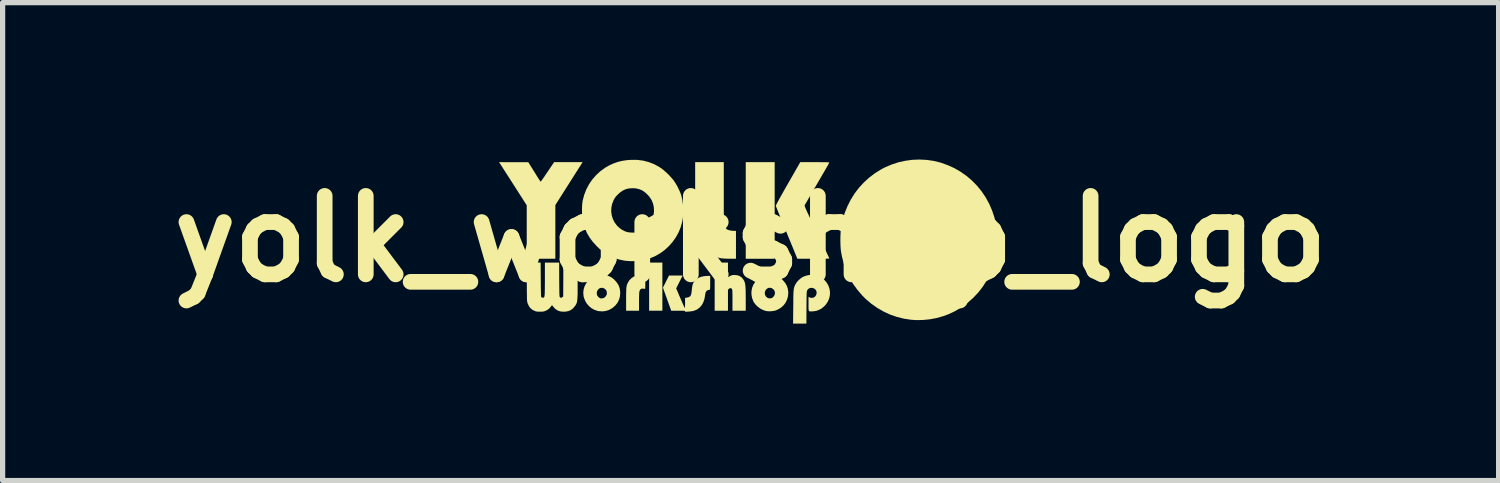
<source format=kicad_pcb>
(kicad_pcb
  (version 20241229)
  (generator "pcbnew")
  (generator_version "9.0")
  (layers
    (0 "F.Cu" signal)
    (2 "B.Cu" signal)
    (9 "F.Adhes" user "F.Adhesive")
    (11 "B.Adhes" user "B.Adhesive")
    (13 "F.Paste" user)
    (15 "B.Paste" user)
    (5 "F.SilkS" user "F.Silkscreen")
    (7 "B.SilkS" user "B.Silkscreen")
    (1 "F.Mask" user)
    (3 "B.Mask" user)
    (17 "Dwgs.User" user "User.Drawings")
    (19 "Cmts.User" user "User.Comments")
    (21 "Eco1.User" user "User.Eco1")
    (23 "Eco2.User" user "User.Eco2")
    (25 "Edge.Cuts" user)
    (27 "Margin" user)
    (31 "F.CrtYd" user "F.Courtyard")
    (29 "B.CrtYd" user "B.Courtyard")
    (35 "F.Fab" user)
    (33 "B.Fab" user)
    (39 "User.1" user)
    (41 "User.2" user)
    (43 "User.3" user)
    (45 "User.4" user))
  (footprint "yolk_workshop_logo"
    (layer "F.Cu")
    (at 11.3 1.517)
    (property "Reference" "yolk_workshop_logo" (at 0 0 0) (layer "F.SilkS") (effects (font (size 1.5 1.5) (thickness 0.3))))
    (attr board_only exclude_from_pos_files exclude_from_bom)
    (fp_poly (pts (xy -1.687 0.913) (xy -1.687 1.373) (xy -1.813 1.373) (xy -1.94 1.373) (xy -1.94 0.913) (xy -1.94 0.453) (xy -1.813 0.453) (xy -1.687 0.453)) (stroke (width 0) (type solid)) (fill yes) (layer "F.SilkS"))
    (fp_poly (pts (xy 0.46 -0.543) (xy 0.46 0.38) (xy 0.183 0.38) (xy -0.093 0.38) (xy -0.093 -0.543) (xy -0.093 -1.467) (xy 0.183 -1.467) (xy 0.46 -1.467)) (stroke (width 0) (type solid)) (fill yes) (layer "F.SilkS"))
    (fp_poly (pts (xy -2.066 0.688) (xy -2.044 0.69) (xy -2.013 0.694) (xy -2.013 0.828) (xy -2.013 0.873) (xy -2.014 0.907) (xy -2.014 0.93) (xy -2.016 0.945) (xy -2.018 0.954) (xy -2.02 0.957) (xy -2.024 0.956) (xy -2.025 0.956) (xy -2.039 0.952) (xy -2.059 0.951) (xy -2.066 0.95) (xy -2.091 0.954) (xy -2.109 0.967) (xy -2.122 0.991) (xy -2.126 1.006) (xy -2.128 1.019) (xy -2.13 1.044) (xy -2.131 1.078) (xy -2.133 1.119) (xy -2.133 1.166) (xy -2.133 1.202) (xy -2.133 1.373) (xy -2.257 1.373) (xy -2.38 1.373) (xy -2.38 1.155) (xy -2.38 1.09) (xy -2.379 1.036) (xy -2.378 0.992) (xy -2.377 0.957) (xy -2.374 0.928) (xy -2.371 0.905) (xy -2.366 0.885) (xy -2.36 0.867) (xy -2.353 0.849) (xy -2.347 0.837) (xy -2.317 0.79) (xy -2.277 0.75) (xy -2.23 0.719) (xy -2.177 0.698) (xy -2.125 0.689) (xy -2.096 0.687)) (stroke (width 0) (type solid)) (fill yes) (layer "F.SilkS"))
    (fp_poly (pts (xy -0.433 0.593) (xy -0.433 0.732) (xy -0.395 0.711) (xy -0.373 0.7) (xy -0.355 0.694) (xy -0.335 0.691) (xy -0.307 0.69) (xy -0.303 0.69) (xy -0.251 0.696) (xy -0.206 0.712) (xy -0.168 0.74) (xy -0.137 0.779) (xy -0.123 0.803) (xy -0.116 0.82) (xy -0.11 0.839) (xy -0.105 0.861) (xy -0.101 0.886) (xy -0.098 0.918) (xy -0.096 0.956) (xy -0.094 1.004) (xy -0.094 1.061) (xy -0.093 1.13) (xy -0.093 1.148) (xy -0.093 1.373) (xy -0.22 1.373) (xy -0.347 1.373) (xy -0.347 1.171) (xy -0.347 1.111) (xy -0.347 1.063) (xy -0.348 1.026) (xy -0.349 0.998) (xy -0.351 0.977) (xy -0.355 0.963) (xy -0.359 0.954) (xy -0.366 0.948) (xy -0.373 0.945) (xy -0.381 0.943) (xy -0.397 0.943) (xy -0.412 0.951) (xy -0.416 0.956) (xy -0.433 0.973) (xy -0.433 1.173) (xy -0.433 1.373) (xy -0.56 1.373) (xy -0.687 1.373) (xy -0.687 0.913) (xy -0.687 0.453) (xy -0.56 0.453) (xy -0.433 0.453)) (stroke (width 0) (type solid)) (fill yes) (layer "F.SilkS"))
    (fp_poly (pts (xy -3.222 -1.452) (xy -3.227 -1.444) (xy -3.238 -1.425) (xy -3.256 -1.398) (xy -3.279 -1.362) (xy -3.307 -1.318) (xy -3.339 -1.268) (xy -3.374 -1.212) (xy -3.412 -1.152) (xy -3.453 -1.088) (xy -3.482 -1.042) (xy -3.733 -0.647) (xy -3.733 -0.133) (xy -3.733 0.38) (xy -4.007 0.38) (xy -4.28 0.38) (xy -4.28 -0.131) (xy -4.28 -0.642) (xy -4.534 -1.039) (xy -4.577 -1.106) (xy -4.617 -1.169) (xy -4.655 -1.228) (xy -4.69 -1.282) (xy -4.721 -1.33) (xy -4.747 -1.372) (xy -4.769 -1.406) (xy -4.785 -1.431) (xy -4.795 -1.447) (xy -4.798 -1.452) (xy -4.808 -1.467) (xy -4.529 -1.466) (xy -4.25 -1.466) (xy -4.134 -1.28) (xy -4.106 -1.235) (xy -4.081 -1.194) (xy -4.058 -1.158) (xy -4.039 -1.129) (xy -4.025 -1.108) (xy -4.016 -1.096) (xy -4.014 -1.093) (xy -4.009 -1.099) (xy -3.998 -1.114) (xy -3.981 -1.137) (xy -3.959 -1.168) (xy -3.934 -1.205) (xy -3.906 -1.247) (xy -3.883 -1.28) (xy -3.757 -1.467) (xy -3.485 -1.467) (xy -3.212 -1.467)) (stroke (width 0) (type solid)) (fill yes) (layer "F.SilkS"))
    (fp_poly (pts (xy -0.513 -0.896) (xy -0.513 -0.778) (xy -0.513 -0.672) (xy -0.513 -0.578) (xy -0.512 -0.497) (xy -0.511 -0.429) (xy -0.51 -0.373) (xy -0.509 -0.33) (xy -0.508 -0.301) (xy -0.506 -0.284) (xy -0.506 -0.284) (xy -0.494 -0.239) (xy -0.476 -0.205) (xy -0.452 -0.182) (xy -0.446 -0.179) (xy -0.415 -0.167) (xy -0.375 -0.158) (xy -0.332 -0.154) (xy -0.316 -0.153) (xy -0.28 -0.153) (xy -0.28 0.113) (xy -0.28 0.38) (xy -0.398 0.379) (xy -0.441 0.379) (xy -0.484 0.377) (xy -0.522 0.375) (xy -0.553 0.372) (xy -0.568 0.37) (xy -0.655 0.35) (xy -0.734 0.319) (xy -0.806 0.278) (xy -0.871 0.226) (xy -0.881 0.216) (xy -0.935 0.156) (xy -0.978 0.088) (xy -1.013 0.012) (xy -1.038 -0.073) (xy -1.053 -0.155) (xy -1.054 -0.173) (xy -1.055 -0.203) (xy -1.057 -0.246) (xy -1.058 -0.302) (xy -1.058 -0.37) (xy -1.059 -0.45) (xy -1.059 -0.542) (xy -1.06 -0.646) (xy -1.06 -0.761) (xy -1.06 -0.837) (xy -1.06 -1.467) (xy -0.787 -1.467) (xy -0.513 -1.467)) (stroke (width 0) (type solid)) (fill yes) (layer "F.SilkS"))
    (fp_poly (pts (xy 0.413 0.689) (xy 0.476 0.701) (xy 0.533 0.725) (xy 0.587 0.762) (xy 0.616 0.789) (xy 0.66 0.841) (xy 0.692 0.895) (xy 0.711 0.953) (xy 0.72 1.017) (xy 0.72 1.034) (xy 0.714 1.101) (xy 0.695 1.165) (xy 0.666 1.223) (xy 0.626 1.275) (xy 0.576 1.318) (xy 0.518 1.352) (xy 0.481 1.368) (xy 0.442 1.377) (xy 0.395 1.383) (xy 0.346 1.384) (xy 0.302 1.38) (xy 0.289 1.377) (xy 0.236 1.359) (xy 0.184 1.332) (xy 0.136 1.296) (xy 0.094 1.255) (xy 0.061 1.211) (xy 0.051 1.191) (xy 0.027 1.126) (xy 0.016 1.061) (xy 0.016 1.025) (xy 0.271 1.025) (xy 0.273 1.059) (xy 0.287 1.093) (xy 0.294 1.103) (xy 0.319 1.124) (xy 0.348 1.136) (xy 0.38 1.137) (xy 0.41 1.128) (xy 0.419 1.122) (xy 0.446 1.095) (xy 0.461 1.063) (xy 0.466 1.029) (xy 0.458 0.996) (xy 0.452 0.984) (xy 0.431 0.959) (xy 0.403 0.942) (xy 0.373 0.934) (xy 0.344 0.936) (xy 0.331 0.941) (xy 0.3 0.963) (xy 0.28 0.992) (xy 0.271 1.025) (xy 0.016 1.025) (xy 0.017 0.995) (xy 0.03 0.932) (xy 0.055 0.873) (xy 0.091 0.818) (xy 0.114 0.792) (xy 0.165 0.749) (xy 0.22 0.718) (xy 0.281 0.698) (xy 0.345 0.689)) (stroke (width 0) (type solid)) (fill yes) (layer "F.SilkS"))
    (fp_poly (pts (xy -2.781 0.692) (xy -2.718 0.708) (xy -2.687 0.722) (xy -2.649 0.744) (xy -2.611 0.775) (xy -2.597 0.789) (xy -2.554 0.839) (xy -2.523 0.889) (xy -2.504 0.942) (xy -2.495 1.001) (xy -2.493 1.036) (xy -2.499 1.104) (xy -2.516 1.164) (xy -2.544 1.22) (xy -2.585 1.272) (xy -2.594 1.281) (xy -2.647 1.325) (xy -2.706 1.358) (xy -2.769 1.378) (xy -2.835 1.386) (xy -2.904 1.381) (xy -2.924 1.377) (xy -2.985 1.357) (xy -3.041 1.326) (xy -3.09 1.285) (xy -3.133 1.236) (xy -3.165 1.18) (xy -3.188 1.119) (xy -3.194 1.091) (xy -3.199 1.028) (xy -2.941 1.028) (xy -2.94 1.058) (xy -2.93 1.087) (xy -2.91 1.112) (xy -2.902 1.119) (xy -2.886 1.129) (xy -2.874 1.135) (xy -2.873 1.136) (xy -2.855 1.138) (xy -2.83 1.136) (xy -2.807 1.129) (xy -2.794 1.122) (xy -2.769 1.097) (xy -2.752 1.067) (xy -2.747 1.038) (xy -2.753 1.001) (xy -2.769 0.971) (xy -2.795 0.949) (xy -2.829 0.936) (xy -2.839 0.935) (xy -2.871 0.938) (xy -2.898 0.951) (xy -2.919 0.972) (xy -2.934 0.998) (xy -2.941 1.028) (xy -3.199 1.028) (xy -3.199 1.026) (xy -3.192 0.964) (xy -3.174 0.906) (xy -3.146 0.853) (xy -3.11 0.806) (xy -3.067 0.766) (xy -3.018 0.733) (xy -2.963 0.708) (xy -2.905 0.692) (xy -2.844 0.686)) (stroke (width 0) (type solid)) (fill yes) (layer "F.SilkS"))
    (fp_poly (pts (xy -1.361 0.823) (xy -1.423 0.946) (xy -1.344 1.131) (xy -1.324 1.178) (xy -1.305 1.221) (xy -1.289 1.258) (xy -1.275 1.288) (xy -1.265 1.31) (xy -1.26 1.322) (xy -1.259 1.323) (xy -1.257 1.319) (xy -1.255 1.304) (xy -1.254 1.279) (xy -1.253 1.248) (xy -1.253 1.229) (xy -1.253 1.128) (xy -1.223 1.124) (xy -1.185 1.115) (xy -1.157 1.098) (xy -1.143 1.079) (xy -1.138 1.064) (xy -1.132 1.039) (xy -1.128 1.009) (xy -1.126 0.991) (xy -1.12 0.937) (xy -1.113 0.893) (xy -1.103 0.858) (xy -1.09 0.83) (xy -1.073 0.805) (xy -1.051 0.782) (xy -1.043 0.774) (xy -1.002 0.747) (xy -0.951 0.726) (xy -0.89 0.713) (xy -0.821 0.707) (xy -0.808 0.707) (xy -0.773 0.707) (xy -0.773 0.84) (xy -0.773 0.885) (xy -0.774 0.919) (xy -0.774 0.943) (xy -0.776 0.958) (xy -0.777 0.967) (xy -0.78 0.972) (xy -0.784 0.973) (xy -0.787 0.973) (xy -0.802 0.976) (xy -0.821 0.982) (xy -0.824 0.983) (xy -0.842 0.994) (xy -0.855 1.013) (xy -0.864 1.04) (xy -0.87 1.077) (xy -0.883 1.15) (xy -0.905 1.214) (xy -0.936 1.269) (xy -0.975 1.313) (xy -1.021 1.348) (xy -1.075 1.371) (xy -1.103 1.379) (xy -1.126 1.383) (xy -1.156 1.387) (xy -1.188 1.39) (xy -1.195 1.39) (xy -1.223 1.392) (xy -1.241 1.393) (xy -1.25 1.391) (xy -1.253 1.387) (xy -1.253 1.384) (xy -1.255 1.381) (xy -1.259 1.378) (xy -1.269 1.376) (xy -1.286 1.374) (xy -1.311 1.374) (xy -1.347 1.373) (xy -1.386 1.373) (xy -1.518 1.373) (xy -1.597 1.153) (xy -1.676 0.932) (xy -1.618 0.816) (xy -1.56 0.7) (xy -1.43 0.7) (xy -1.3 0.7)) (stroke (width 0) (type solid)) (fill yes) (layer "F.SilkS"))
    (fp_poly (pts (xy 1.252 0.698) (xy 1.313 0.719) (xy 1.359 0.744) (xy 1.412 0.786) (xy 1.454 0.836) (xy 1.486 0.891) (xy 1.507 0.949) (xy 1.517 1.01) (xy 1.516 1.072) (xy 1.503 1.134) (xy 1.479 1.193) (xy 1.443 1.249) (xy 1.422 1.274) (xy 1.37 1.321) (xy 1.313 1.355) (xy 1.253 1.377) (xy 1.187 1.386) (xy 1.172 1.386) (xy 1.151 1.387) (xy 1.134 1.386) (xy 1.123 1.383) (xy 1.115 1.376) (xy 1.11 1.364) (xy 1.108 1.344) (xy 1.107 1.315) (xy 1.107 1.276) (xy 1.107 1.242) (xy 1.107 1.106) (xy 1.124 1.118) (xy 1.143 1.125) (xy 1.167 1.128) (xy 1.17 1.128) (xy 1.204 1.122) (xy 1.231 1.104) (xy 1.251 1.078) (xy 1.261 1.045) (xy 1.262 1.028) (xy 1.257 0.996) (xy 1.241 0.97) (xy 1.219 0.951) (xy 1.191 0.939) (xy 1.162 0.935) (xy 1.132 0.94) (xy 1.106 0.954) (xy 1.084 0.978) (xy 1.084 0.98) (xy 1.08 0.986) (xy 1.078 0.993) (xy 1.076 1.001) (xy 1.074 1.013) (xy 1.072 1.03) (xy 1.071 1.052) (xy 1.07 1.081) (xy 1.07 1.118) (xy 1.069 1.164) (xy 1.069 1.221) (xy 1.068 1.29) (xy 1.068 1.312) (xy 1.066 1.62) (xy 0.939 1.62) (xy 0.812 1.62) (xy 0.815 1.298) (xy 0.816 1.221) (xy 0.816 1.156) (xy 0.817 1.102) (xy 0.818 1.057) (xy 0.82 1.02) (xy 0.822 0.989) (xy 0.825 0.965) (xy 0.828 0.944) (xy 0.833 0.926) (xy 0.838 0.91) (xy 0.845 0.894) (xy 0.853 0.877) (xy 0.857 0.868) (xy 0.879 0.833) (xy 0.909 0.798) (xy 0.945 0.765) (xy 0.982 0.737) (xy 0.997 0.728) (xy 1.058 0.704) (xy 1.122 0.69) (xy 1.188 0.688)) (stroke (width 0) (type solid)) (fill yes) (layer "F.SilkS"))
    (fp_poly (pts (xy 3.365 -1.51) (xy 3.499 -1.491) (xy 3.629 -1.459) (xy 3.636 -1.457) (xy 3.77 -1.409) (xy 3.898 -1.351) (xy 4.018 -1.281) (xy 4.13 -1.202) (xy 4.234 -1.113) (xy 4.33 -1.015) (xy 4.416 -0.909) (xy 4.493 -0.795) (xy 4.56 -0.673) (xy 4.616 -0.545) (xy 4.661 -0.41) (xy 4.695 -0.27) (xy 4.705 -0.213) (xy 4.71 -0.168) (xy 4.714 -0.113) (xy 4.716 -0.051) (xy 4.717 0.014) (xy 4.717 0.079) (xy 4.714 0.141) (xy 4.711 0.196) (xy 4.706 0.243) (xy 4.704 0.25) (xy 4.674 0.396) (xy 4.633 0.535) (xy 4.58 0.668) (xy 4.515 0.793) (xy 4.44 0.912) (xy 4.353 1.024) (xy 4.255 1.128) (xy 4.247 1.135) (xy 4.14 1.229) (xy 4.027 1.311) (xy 3.909 1.381) (xy 3.784 1.44) (xy 3.687 1.476) (xy 3.556 1.513) (xy 3.422 1.538) (xy 3.286 1.551) (xy 3.151 1.552) (xy 3.067 1.546) (xy 2.93 1.525) (xy 2.797 1.492) (xy 2.667 1.447) (xy 2.542 1.389) (xy 2.422 1.32) (xy 2.308 1.24) (xy 2.202 1.15) (xy 2.135 1.083) (xy 2.042 0.975) (xy 1.959 0.86) (xy 1.888 0.737) (xy 1.829 0.608) (xy 1.781 0.474) (xy 1.745 0.333) (xy 1.729 0.247) (xy 1.723 0.2) (xy 1.719 0.143) (xy 1.717 0.08) (xy 1.716 0.013) (xy 1.717 -0.053) (xy 1.72 -0.116) (xy 1.724 -0.171) (xy 1.729 -0.213) (xy 1.758 -0.355) (xy 1.798 -0.493) (xy 1.851 -0.624) (xy 1.914 -0.749) (xy 1.987 -0.867) (xy 2.071 -0.977) (xy 2.165 -1.079) (xy 2.268 -1.173) (xy 2.379 -1.257) (xy 2.499 -1.331) (xy 2.574 -1.37) (xy 2.699 -1.423) (xy 2.828 -1.465) (xy 2.96 -1.494) (xy 3.095 -1.512) (xy 3.23 -1.517)) (stroke (width 0) (type solid)) (fill yes) (layer "F.SilkS"))
    (fp_poly (pts (xy 1.297 -1.467) (xy 1.354 -1.466) (xy 1.4 -1.466) (xy 1.436 -1.466) (xy 1.463 -1.465) (xy 1.482 -1.464) (xy 1.494 -1.462) (xy 1.502 -1.461) (xy 1.504 -1.459) (xy 1.504 -1.457) (xy 1.5 -1.45) (xy 1.49 -1.432) (xy 1.475 -1.404) (xy 1.454 -1.368) (xy 1.429 -1.324) (xy 1.4 -1.274) (xy 1.367 -1.218) (xy 1.332 -1.157) (xy 1.294 -1.092) (xy 1.273 -1.055) (xy 1.234 -0.989) (xy 1.197 -0.925) (xy 1.163 -0.866) (xy 1.131 -0.811) (xy 1.103 -0.763) (xy 1.079 -0.721) (xy 1.059 -0.688) (xy 1.045 -0.664) (xy 1.037 -0.649) (xy 1.035 -0.646) (xy 1.034 -0.643) (xy 1.033 -0.639) (xy 1.033 -0.633) (xy 1.035 -0.625) (xy 1.039 -0.613) (xy 1.045 -0.598) (xy 1.053 -0.578) (xy 1.065 -0.552) (xy 1.079 -0.52) (xy 1.098 -0.48) (xy 1.12 -0.433) (xy 1.146 -0.377) (xy 1.178 -0.312) (xy 1.214 -0.236) (xy 1.255 -0.15) (xy 1.263 -0.133) (xy 1.3 -0.057) (xy 1.335 0.016) (xy 1.368 0.085) (xy 1.398 0.148) (xy 1.426 0.206) (xy 1.45 0.256) (xy 1.47 0.298) (xy 1.486 0.332) (xy 1.497 0.356) (xy 1.504 0.369) (xy 1.505 0.372) (xy 1.503 0.374) (xy 1.495 0.375) (xy 1.481 0.377) (xy 1.459 0.378) (xy 1.428 0.379) (xy 1.388 0.379) (xy 1.337 0.38) (xy 1.275 0.38) (xy 1.201 0.38) (xy 0.893 0.38) (xy 0.887 0.365) (xy 0.884 0.357) (xy 0.876 0.337) (xy 0.864 0.307) (xy 0.847 0.267) (xy 0.828 0.219) (xy 0.805 0.163) (xy 0.779 0.101) (xy 0.752 0.034) (xy 0.722 -0.038) (xy 0.691 -0.114) (xy 0.683 -0.133) (xy 0.652 -0.21) (xy 0.622 -0.283) (xy 0.594 -0.352) (xy 0.568 -0.415) (xy 0.545 -0.472) (xy 0.525 -0.522) (xy 0.508 -0.564) (xy 0.495 -0.596) (xy 0.486 -0.619) (xy 0.482 -0.63) (xy 0.482 -0.631) (xy 0.484 -0.639) (xy 0.491 -0.655) (xy 0.504 -0.681) (xy 0.523 -0.716) (xy 0.547 -0.761) (xy 0.578 -0.816) (xy 0.615 -0.882) (xy 0.658 -0.959) (xy 0.708 -1.046) (xy 0.714 -1.056) (xy 0.949 -1.467) (xy 1.228 -1.467)) (stroke (width 0) (type solid)) (fill yes) (layer "F.SilkS"))
    (fp_poly (pts (xy -4.012 0.775) (xy -4.011 0.84) (xy -4.011 0.9) (xy -4.01 0.956) (xy -4.009 1.005) (xy -4.008 1.046) (xy -4.007 1.077) (xy -4.006 1.099) (xy -4.004 1.108) (xy -4.004 1.108) (xy -3.991 1.121) (xy -3.972 1.125) (xy -3.961 1.124) (xy -3.955 1.121) (xy -3.95 1.117) (xy -3.945 1.111) (xy -3.942 1.1) (xy -3.939 1.085) (xy -3.937 1.064) (xy -3.936 1.037) (xy -3.935 1.001) (xy -3.934 0.956) (xy -3.934 0.9) (xy -3.933 0.834) (xy -3.933 0.77) (xy -3.933 0.453) (xy -3.797 0.453) (xy -3.66 0.453) (xy -3.659 0.781) (xy -3.658 0.855) (xy -3.658 0.917) (xy -3.657 0.969) (xy -3.657 1.01) (xy -3.656 1.042) (xy -3.655 1.067) (xy -3.654 1.085) (xy -3.652 1.098) (xy -3.651 1.107) (xy -3.648 1.112) (xy -3.646 1.116) (xy -3.644 1.117) (xy -3.628 1.126) (xy -3.613 1.124) (xy -3.599 1.114) (xy -3.583 1.101) (xy -3.581 0.777) (xy -3.58 0.453) (xy -3.443 0.453) (xy -3.307 0.453) (xy -3.307 0.8) (xy -3.307 0.885) (xy -3.307 0.957) (xy -3.307 1.018) (xy -3.308 1.069) (xy -3.31 1.111) (xy -3.312 1.146) (xy -3.315 1.175) (xy -3.318 1.199) (xy -3.323 1.218) (xy -3.329 1.235) (xy -3.336 1.25) (xy -3.344 1.264) (xy -3.354 1.279) (xy -3.356 1.282) (xy -3.393 1.326) (xy -3.436 1.36) (xy -3.485 1.381) (xy -3.542 1.391) (xy -3.586 1.392) (xy -3.64 1.386) (xy -3.686 1.37) (xy -3.728 1.344) (xy -3.766 1.306) (xy -3.78 1.288) (xy -3.797 1.267) (xy -3.827 1.305) (xy -3.852 1.333) (xy -3.88 1.354) (xy -3.903 1.367) (xy -3.925 1.377) (xy -3.944 1.384) (xy -3.963 1.388) (xy -3.987 1.391) (xy -4.016 1.392) (xy -4.053 1.392) (xy -4.08 1.39) (xy -4.103 1.386) (xy -4.118 1.381) (xy -4.166 1.359) (xy -4.205 1.329) (xy -4.236 1.29) (xy -4.26 1.239) (xy -4.262 1.234) (xy -4.265 1.226) (xy -4.268 1.217) (xy -4.27 1.207) (xy -4.272 1.195) (xy -4.274 1.179) (xy -4.275 1.158) (xy -4.276 1.132) (xy -4.276 1.098) (xy -4.277 1.056) (xy -4.278 1.005) (xy -4.278 0.944) (xy -4.278 0.871) (xy -4.279 0.825) (xy -4.281 0.453) (xy -4.147 0.453) (xy -4.014 0.453)) (stroke (width 0) (type solid)) (fill yes) (layer "F.SilkS"))
    (fp_poly (pts (xy -2.162 -1.51) (xy -2.053 -1.496) (xy -1.95 -1.469) (xy -1.85 -1.431) (xy -1.755 -1.38) (xy -1.703 -1.346) (xy -1.659 -1.311) (xy -1.611 -1.269) (xy -1.562 -1.221) (xy -1.517 -1.172) (xy -1.477 -1.126) (xy -1.461 -1.103) (xy -1.431 -1.057) (xy -1.4 -1.003) (xy -1.372 -0.946) (xy -1.347 -0.89) (xy -1.328 -0.839) (xy -1.324 -0.825) (xy -1.305 -0.743) (xy -1.293 -0.653) (xy -1.288 -0.56) (xy -1.289 -0.467) (xy -1.298 -0.379) (xy -1.307 -0.33) (xy -1.336 -0.226) (xy -1.376 -0.126) (xy -1.428 -0.032) (xy -1.49 0.056) (xy -1.561 0.137) (xy -1.64 0.21) (xy -1.726 0.273) (xy -1.819 0.327) (xy -1.917 0.369) (xy -2.004 0.396) (xy -2.095 0.414) (xy -2.192 0.424) (xy -2.288 0.426) (xy -2.381 0.42) (xy -2.41 0.416) (xy -2.516 0.394) (xy -2.616 0.361) (xy -2.71 0.317) (xy -2.8 0.26) (xy -2.886 0.192) (xy -2.94 0.141) (xy -3.014 0.06) (xy -3.076 -0.022) (xy -3.126 -0.107) (xy -3.166 -0.197) (xy -3.196 -0.293) (xy -3.208 -0.34) (xy -3.215 -0.385) (xy -3.22 -0.44) (xy -3.223 -0.5) (xy -3.223 -0.526) (xy -2.665 -0.526) (xy -2.656 -0.454) (xy -2.635 -0.384) (xy -2.603 -0.319) (xy -2.56 -0.26) (xy -2.557 -0.256) (xy -2.511 -0.212) (xy -2.459 -0.174) (xy -2.404 -0.146) (xy -2.38 -0.137) (xy -2.335 -0.126) (xy -2.284 -0.121) (xy -2.23 -0.12) (xy -2.18 -0.124) (xy -2.15 -0.13) (xy -2.102 -0.147) (xy -2.057 -0.17) (xy -2.013 -0.203) (xy -1.973 -0.24) (xy -1.928 -0.29) (xy -1.895 -0.341) (xy -1.871 -0.395) (xy -1.857 -0.448) (xy -1.847 -0.527) (xy -1.85 -0.602) (xy -1.865 -0.674) (xy -1.893 -0.742) (xy -1.934 -0.805) (xy -1.968 -0.843) (xy -2.021 -0.892) (xy -2.075 -0.928) (xy -2.133 -0.952) (xy -2.197 -0.966) (xy -2.257 -0.969) (xy -2.323 -0.965) (xy -2.382 -0.952) (xy -2.436 -0.928) (xy -2.488 -0.894) (xy -2.537 -0.85) (xy -2.567 -0.819) (xy -2.589 -0.792) (xy -2.607 -0.763) (xy -2.619 -0.74) (xy -2.647 -0.67) (xy -2.662 -0.598) (xy -2.665 -0.526) (xy -3.223 -0.526) (xy -3.224 -0.562) (xy -3.222 -0.622) (xy -3.218 -0.678) (xy -3.212 -0.724) (xy -3.211 -0.73) (xy -3.182 -0.84) (xy -3.142 -0.944) (xy -3.09 -1.043) (xy -3.028 -1.134) (xy -2.955 -1.218) (xy -2.873 -1.293) (xy -2.783 -1.359) (xy -2.707 -1.403) (xy -2.622 -1.442) (xy -2.537 -1.472) (xy -2.449 -1.493) (xy -2.356 -1.506) (xy -2.277 -1.511)) (stroke (width 0) (type solid)) (fill yes) (layer "F.SilkS")))
  (gr_rect
    (start -3 -3)
    (end 25.6 6.137)
    (stroke (width 0.1) (type default))
    (fill no)
    (layer "Edge.Cuts")))
</source>
